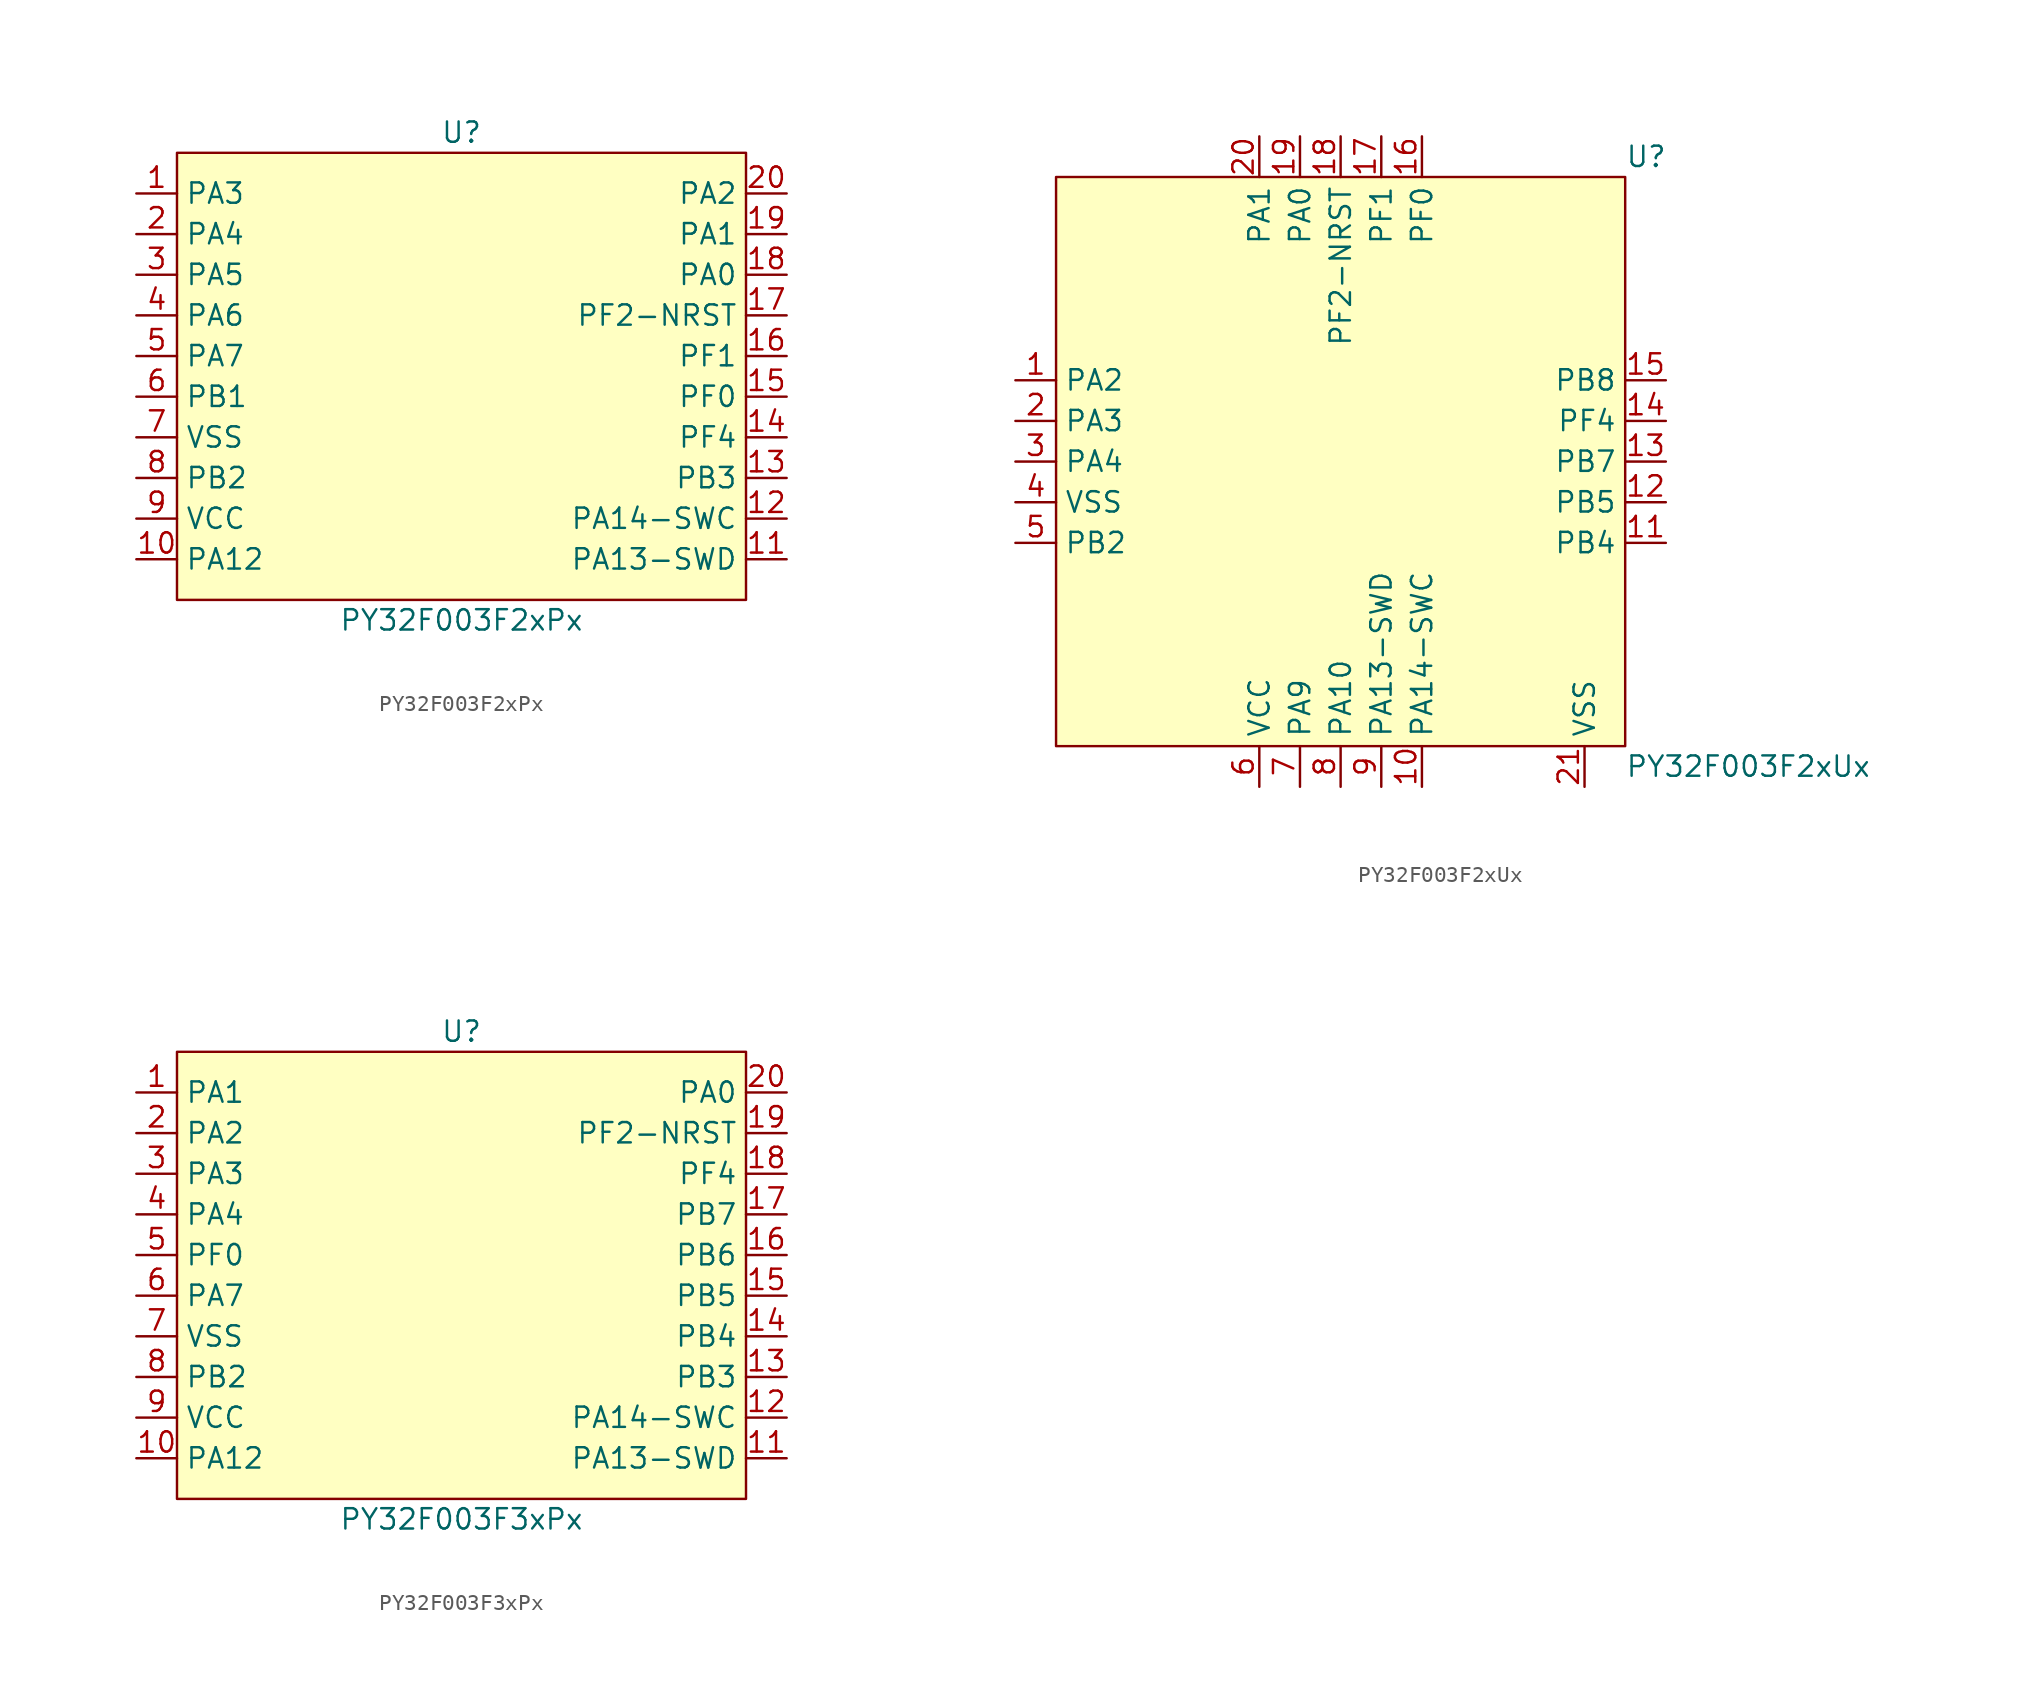
<source format=kicad_sym>
(kicad_symbol_lib
  (version 20241209)
  (generator "kicad_symbol_editor")
  (generator_version "9.0")
  (symbol "PY32F003F2xPx"
    (property "Reference" "U"
      (at 0 13.97 0)
      (effects (font (size 1.27 1.27))))
    (property "Value" "PY32F003F2xPx"
      (at 0 -16.51 0)
      (effects (font (size 1.27 1.27))))
    (symbol "PY32F003F2xPx_0_0"
      (pin bidirectional line (at -20.32 10.16 0) (length 2.54) (name "PA3" (effects (font (size 1.27 1.27)))) (number "1" (effects (font (size 1.27 1.27)))))
      (pin bidirectional line (at -20.32 7.62 0) (length 2.54) (name "PA4" (effects (font (size 1.27 1.27)))) (number "2" (effects (font (size 1.27 1.27)))))
      (pin bidirectional line (at -20.32 5.08 0) (length 2.54) (name "PA5" (effects (font (size 1.27 1.27)))) (number "3" (effects (font (size 1.27 1.27)))))
      (pin bidirectional line (at -20.32 2.54 0) (length 2.54) (name "PA6" (effects (font (size 1.27 1.27)))) (number "4" (effects (font (size 1.27 1.27)))))
      (pin bidirectional line (at -20.32 0 0) (length 2.54) (name "PA7" (effects (font (size 1.27 1.27)))) (number "5" (effects (font (size 1.27 1.27)))))
      (pin bidirectional line (at -20.32 -2.54 0) (length 2.54) (name "PB1" (effects (font (size 1.27 1.27)))) (number "6" (effects (font (size 1.27 1.27)))))
      (pin bidirectional line (at -20.32 -5.08 0) (length 2.54) (name "VSS" (effects (font (size 1.27 1.27)))) (number "7" (effects (font (size 1.27 1.27)))))
      (pin bidirectional line (at -20.32 -7.62 0) (length 2.54) (name "PB2" (effects (font (size 1.27 1.27)))) (number "8" (effects (font (size 1.27 1.27)))))
      (pin bidirectional line (at -20.32 -10.16 0) (length 2.54) (name "VCC" (effects (font (size 1.27 1.27)))) (number "9" (effects (font (size 1.27 1.27)))))
      (pin bidirectional line (at -20.32 -12.7 0) (length 2.54) (name "PA12" (effects (font (size 1.27 1.27)))) (number "10" (effects (font (size 1.27 1.27)))))
      (pin bidirectional line (at 20.32 10.16 180) (length 2.54) (name "PA2" (effects (font (size 1.27 1.27)))) (number "20" (effects (font (size 1.27 1.27)))))
      (pin bidirectional line (at 20.32 7.62 180) (length 2.54) (name "PA1" (effects (font (size 1.27 1.27)))) (number "19" (effects (font (size 1.27 1.27)))))
      (pin bidirectional line (at 20.32 5.08 180) (length 2.54) (name "PA0" (effects (font (size 1.27 1.27)))) (number "18" (effects (font (size 1.27 1.27)))))
      (pin bidirectional line (at 20.32 2.54 180) (length 2.54) (name "PF2-NRST" (effects (font (size 1.27 1.27)))) (number "17" (effects (font (size 1.27 1.27)))))
      (pin bidirectional line (at 20.32 0 180) (length 2.54) (name "PF1" (effects (font (size 1.27 1.27)))) (number "16" (effects (font (size 1.27 1.27)))))
      (pin bidirectional line (at 20.32 -2.54 180) (length 2.54) (name "PF0" (effects (font (size 1.27 1.27)))) (number "15" (effects (font (size 1.27 1.27)))))
      (pin bidirectional line (at 20.32 -5.08 180) (length 2.54) (name "PF4" (effects (font (size 1.27 1.27)))) (number "14" (effects (font (size 1.27 1.27)))))
      (pin bidirectional line (at 20.32 -7.62 180) (length 2.54) (name "PB3" (effects (font (size 1.27 1.27)))) (number "13" (effects (font (size 1.27 1.27)))))
      (pin bidirectional line (at 20.32 -10.16 180) (length 2.54) (name "PA14-SWC" (effects (font (size 1.27 1.27)))) (number "12" (effects (font (size 1.27 1.27)))))
      (pin bidirectional line (at 20.32 -12.7 180) (length 2.54) (name "PA13-SWD" (effects (font (size 1.27 1.27)))) (number "11" (effects (font (size 1.27 1.27))))))
    (symbol "PY32F003F2xPx_1_1"
      (rectangle (start -17.78 12.7) (end 17.78 -15.24) (stroke (width 0) (type solid)) (fill (type background)))))
  (symbol "PY32F003F2xUx"
    (property "Reference" "U"
      (at 17.78 19.05 0)
      (effects (font (size 1.27 1.27)) (justify left)))
    (property "Value" "PY32F003F2xUx"
      (at 17.78 -19.05 0)
      (effects (font (size 1.27 1.27)) (justify left)))
    (symbol "PY32F003F2xUx_0_0"
      (pin bidirectional line (at -20.32 5.08 0) (length 2.54) (name "PA2" (effects (font (size 1.27 1.27)))) (number "1" (effects (font (size 1.27 1.27)))))
      (pin bidirectional line (at -20.32 2.54 0) (length 2.54) (name "PA3" (effects (font (size 1.27 1.27)))) (number "2" (effects (font (size 1.27 1.27)))))
      (pin bidirectional line (at -20.32 0 0) (length 2.54) (name "PA4" (effects (font (size 1.27 1.27)))) (number "3" (effects (font (size 1.27 1.27)))))
      (pin bidirectional line (at -20.32 -2.54 0) (length 2.54) (name "VSS" (effects (font (size 1.27 1.27)))) (number "4" (effects (font (size 1.27 1.27)))))
      (pin bidirectional line (at -20.32 -5.08 0) (length 2.54) (name "PB2" (effects (font (size 1.27 1.27)))) (number "5" (effects (font (size 1.27 1.27)))))
      (pin bidirectional line (at -5.08 20.32 270) (length 2.54) (name "PA1" (effects (font (size 1.27 1.27)))) (number "20" (effects (font (size 1.27 1.27)))))
      (pin bidirectional line (at -5.08 -20.32 90) (length 2.54) (name "VCC" (effects (font (size 1.27 1.27)))) (number "6" (effects (font (size 1.27 1.27)))))
      (pin bidirectional line (at -2.54 20.32 270) (length 2.54) (name "PA0" (effects (font (size 1.27 1.27)))) (number "19" (effects (font (size 1.27 1.27)))))
      (pin bidirectional line (at -2.54 -20.32 90) (length 2.54) (name "PA9" (effects (font (size 1.27 1.27)))) (number "7" (effects (font (size 1.27 1.27)))))
      (pin bidirectional line (at 0 20.32 270) (length 2.54) (name "PF2-NRST" (effects (font (size 1.27 1.27)))) (number "18" (effects (font (size 1.27 1.27)))))
      (pin bidirectional line (at 0 -20.32 90) (length 2.54) (name "PA10" (effects (font (size 1.27 1.27)))) (number "8" (effects (font (size 1.27 1.27)))))
      (pin bidirectional line (at 2.54 20.32 270) (length 2.54) (name "PF1" (effects (font (size 1.27 1.27)))) (number "17" (effects (font (size 1.27 1.27)))))
      (pin bidirectional line (at 2.54 -20.32 90) (length 2.54) (name "PA13-SWD" (effects (font (size 1.27 1.27)))) (number "9" (effects (font (size 1.27 1.27)))))
      (pin bidirectional line (at 5.08 20.32 270) (length 2.54) (name "PF0" (effects (font (size 1.27 1.27)))) (number "16" (effects (font (size 1.27 1.27)))))
      (pin bidirectional line (at 5.08 -20.32 90) (length 2.54) (name "PA14-SWC" (effects (font (size 1.27 1.27)))) (number "10" (effects (font (size 1.27 1.27)))))
      (pin bidirectional line (at 20.32 5.08 180) (length 2.54) (name "PB8" (effects (font (size 1.27 1.27)))) (number "15" (effects (font (size 1.27 1.27)))))
      (pin bidirectional line (at 20.32 2.54 180) (length 2.54) (name "PF4" (effects (font (size 1.27 1.27)))) (number "14" (effects (font (size 1.27 1.27)))))
      (pin bidirectional line (at 20.32 0 180) (length 2.54) (name "PB7" (effects (font (size 1.27 1.27)))) (number "13" (effects (font (size 1.27 1.27)))))
      (pin bidirectional line (at 20.32 -2.54 180) (length 2.54) (name "PB5" (effects (font (size 1.27 1.27)))) (number "12" (effects (font (size 1.27 1.27)))))
      (pin bidirectional line (at 20.32 -5.08 180) (length 2.54) (name "PB4" (effects (font (size 1.27 1.27)))) (number "11" (effects (font (size 1.27 1.27))))))
    (symbol "PY32F003F2xUx_1_0"
      (pin bidirectional line (at 15.24 -20.32 90) (length 2.54) (name "VSS" (effects (font (size 1.27 1.27)))) (number "21" (effects (font (size 1.27 1.27))))))
    (symbol "PY32F003F2xUx_1_1"
      (rectangle (start -17.78 17.78) (end 17.78 -17.78) (stroke (width 0) (type solid)) (fill (type background)))))
  (symbol "PY32F003F3xPx"
    (property "Reference" "U"
      (at 0 13.97 0)
      (effects (font (size 1.27 1.27))))
    (property "Value" "PY32F003F3xPx"
      (at 0 -16.51 0)
      (effects (font (size 1.27 1.27))))
    (symbol "PY32F003F3xPx_0_0"
      (pin bidirectional line (at -20.32 10.16 0) (length 2.54) (name "PA1" (effects (font (size 1.27 1.27)))) (number "1" (effects (font (size 1.27 1.27)))))
      (pin bidirectional line (at -20.32 7.62 0) (length 2.54) (name "PA2" (effects (font (size 1.27 1.27)))) (number "2" (effects (font (size 1.27 1.27)))))
      (pin bidirectional line (at -20.32 5.08 0) (length 2.54) (name "PA3" (effects (font (size 1.27 1.27)))) (number "3" (effects (font (size 1.27 1.27)))))
      (pin bidirectional line (at -20.32 2.54 0) (length 2.54) (name "PA4" (effects (font (size 1.27 1.27)))) (number "4" (effects (font (size 1.27 1.27)))))
      (pin bidirectional line (at -20.32 0 0) (length 2.54) (name "PF0" (effects (font (size 1.27 1.27)))) (number "5" (effects (font (size 1.27 1.27)))))
      (pin bidirectional line (at -20.32 -2.54 0) (length 2.54) (name "PA7" (effects (font (size 1.27 1.27)))) (number "6" (effects (font (size 1.27 1.27)))))
      (pin bidirectional line (at -20.32 -5.08 0) (length 2.54) (name "VSS" (effects (font (size 1.27 1.27)))) (number "7" (effects (font (size 1.27 1.27)))))
      (pin bidirectional line (at -20.32 -7.62 0) (length 2.54) (name "PB2" (effects (font (size 1.27 1.27)))) (number "8" (effects (font (size 1.27 1.27)))))
      (pin bidirectional line (at -20.32 -10.16 0) (length 2.54) (name "VCC" (effects (font (size 1.27 1.27)))) (number "9" (effects (font (size 1.27 1.27)))))
      (pin bidirectional line (at -20.32 -12.7 0) (length 2.54) (name "PA12" (effects (font (size 1.27 1.27)))) (number "10" (effects (font (size 1.27 1.27)))))
      (pin bidirectional line (at 20.32 10.16 180) (length 2.54) (name "PA0" (effects (font (size 1.27 1.27)))) (number "20" (effects (font (size 1.27 1.27)))))
      (pin bidirectional line (at 20.32 7.62 180) (length 2.54) (name "PF2-NRST" (effects (font (size 1.27 1.27)))) (number "19" (effects (font (size 1.27 1.27)))))
      (pin bidirectional line (at 20.32 5.08 180) (length 2.54) (name "PF4" (effects (font (size 1.27 1.27)))) (number "18" (effects (font (size 1.27 1.27)))))
      (pin bidirectional line (at 20.32 2.54 180) (length 2.54) (name "PB7" (effects (font (size 1.27 1.27)))) (number "17" (effects (font (size 1.27 1.27)))))
      (pin bidirectional line (at 20.32 0 180) (length 2.54) (name "PB6" (effects (font (size 1.27 1.27)))) (number "16" (effects (font (size 1.27 1.27)))))
      (pin bidirectional line (at 20.32 -2.54 180) (length 2.54) (name "PB5" (effects (font (size 1.27 1.27)))) (number "15" (effects (font (size 1.27 1.27)))))
      (pin bidirectional line (at 20.32 -5.08 180) (length 2.54) (name "PB4" (effects (font (size 1.27 1.27)))) (number "14" (effects (font (size 1.27 1.27)))))
      (pin bidirectional line (at 20.32 -7.62 180) (length 2.54) (name "PB3" (effects (font (size 1.27 1.27)))) (number "13" (effects (font (size 1.27 1.27)))))
      (pin bidirectional line (at 20.32 -10.16 180) (length 2.54) (name "PA14-SWC" (effects (font (size 1.27 1.27)))) (number "12" (effects (font (size 1.27 1.27)))))
      (pin bidirectional line (at 20.32 -12.7 180) (length 2.54) (name "PA13-SWD" (effects (font (size 1.27 1.27)))) (number "11" (effects (font (size 1.27 1.27))))))
    (symbol "PY32F003F3xPx_1_1"
      (rectangle (start -17.78 12.7) (end 17.78 -15.24) (stroke (width 0) (type solid)) (fill (type background))))))
</source>
